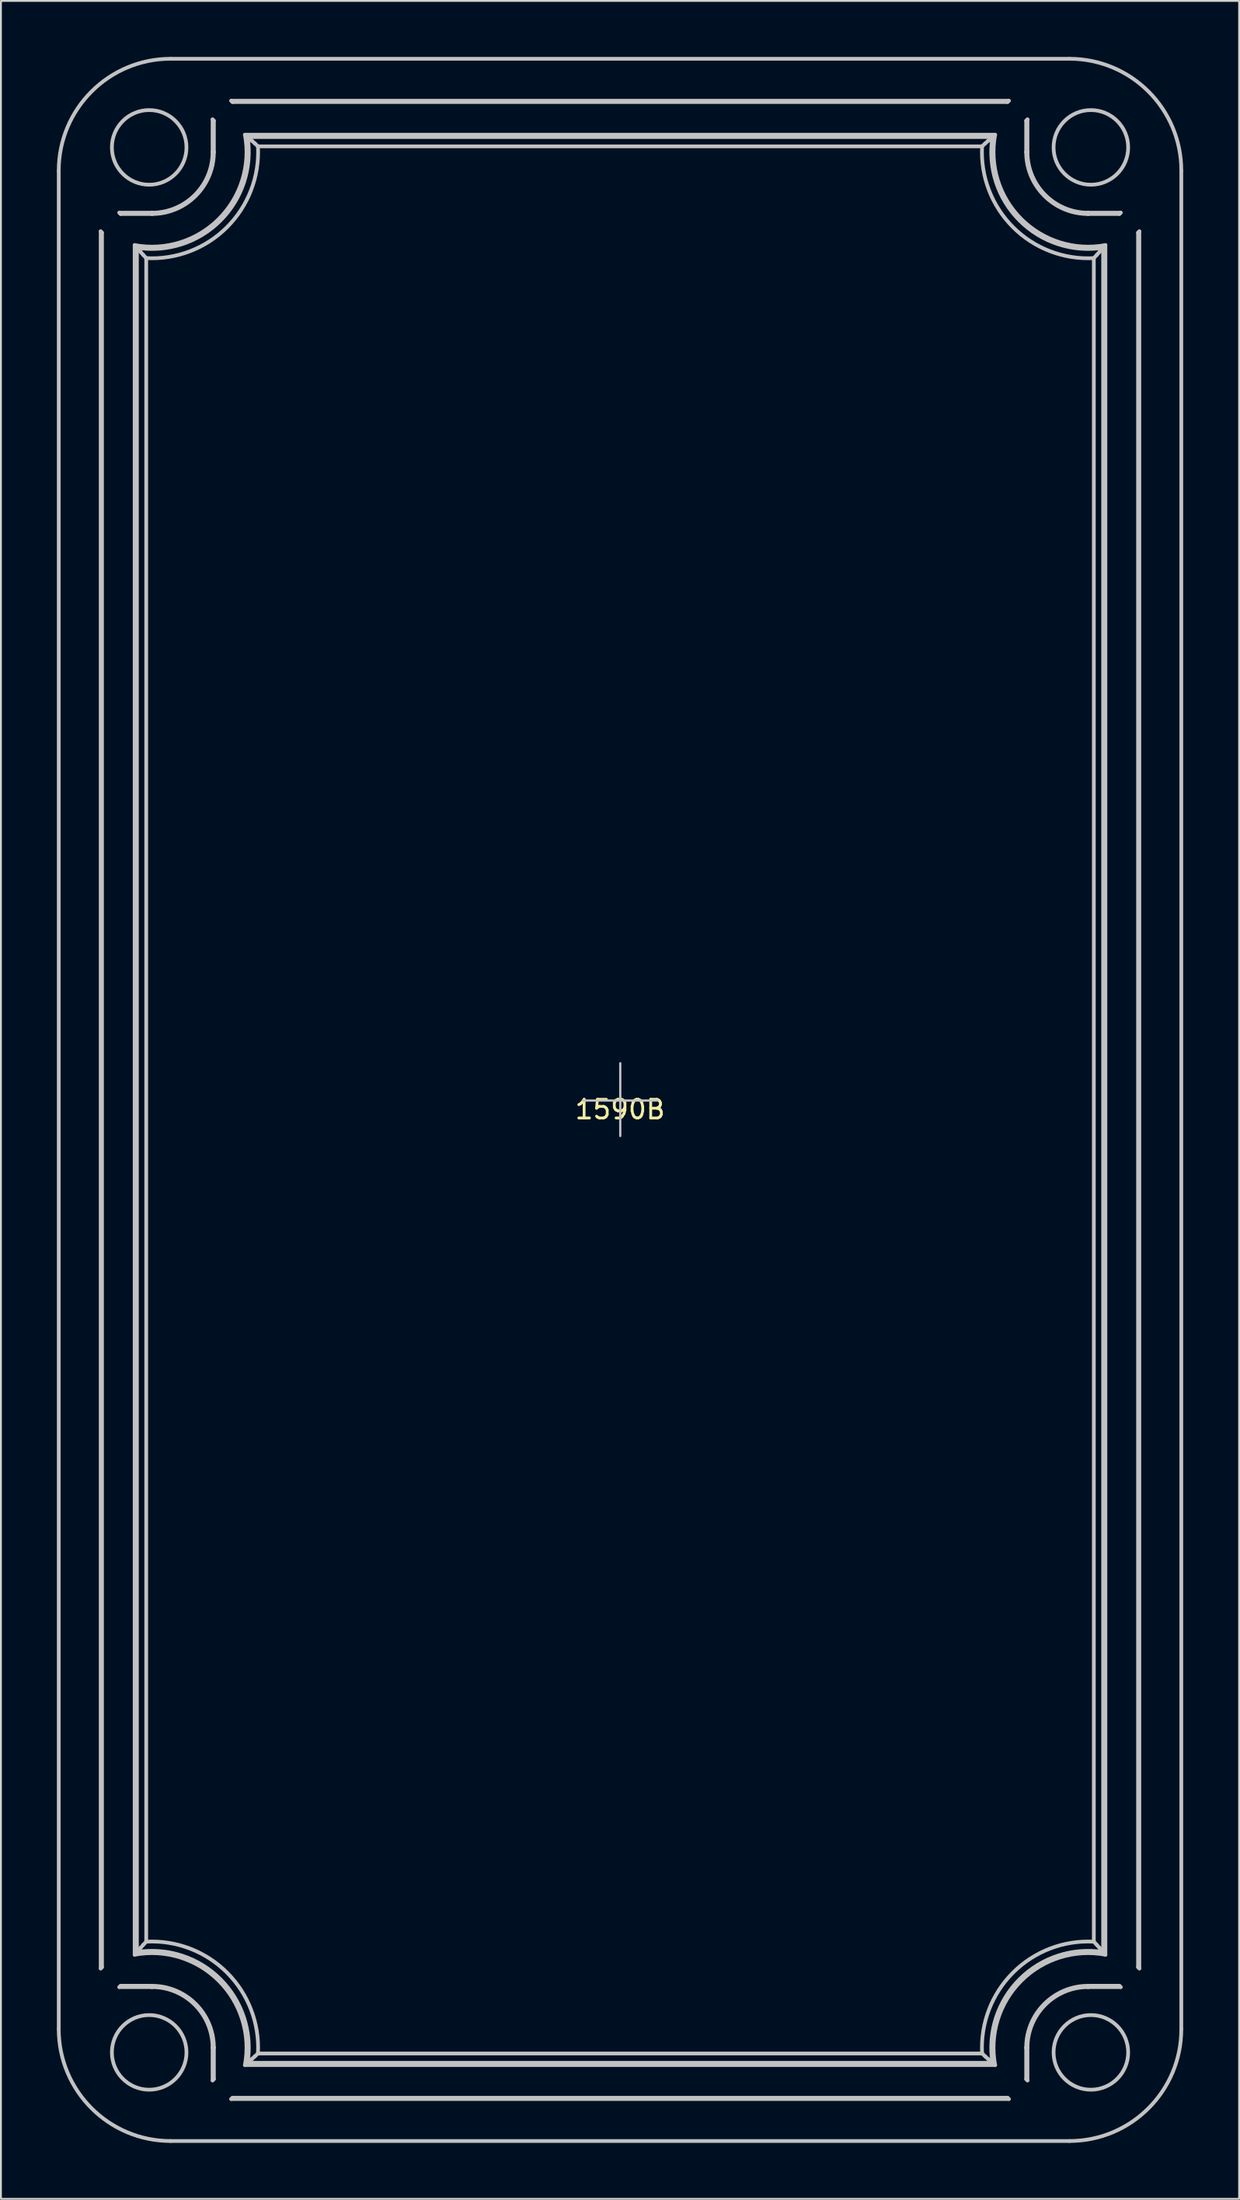
<source format=kicad_pcb>
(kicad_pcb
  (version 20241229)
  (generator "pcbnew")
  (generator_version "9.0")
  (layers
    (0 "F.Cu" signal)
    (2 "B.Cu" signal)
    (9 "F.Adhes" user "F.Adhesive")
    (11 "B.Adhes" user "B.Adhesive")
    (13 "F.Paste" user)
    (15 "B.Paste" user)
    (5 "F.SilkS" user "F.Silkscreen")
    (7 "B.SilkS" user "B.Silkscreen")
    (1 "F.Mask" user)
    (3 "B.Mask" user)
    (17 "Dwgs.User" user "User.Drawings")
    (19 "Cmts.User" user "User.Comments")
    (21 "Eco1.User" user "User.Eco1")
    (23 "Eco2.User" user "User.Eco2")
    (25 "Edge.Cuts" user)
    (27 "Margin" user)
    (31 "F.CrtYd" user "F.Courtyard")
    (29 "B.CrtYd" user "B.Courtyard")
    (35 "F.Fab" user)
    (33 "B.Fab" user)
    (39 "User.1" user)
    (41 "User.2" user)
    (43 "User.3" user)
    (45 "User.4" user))
  (footprint "1590B"
    (layer "F.Cu")
    (at 30.203 55.914)
    (property "Reference" "1590B" (at 0 0.5 0) (layer "F.SilkS") (effects (font (size 1 1) (thickness 0.15))))
    (attr through_hole)
    (fp_line (start -30.103 -49.814) (end -30.103 49.786) (stroke (width 0.2) (type solid)) (layer "Dwgs.User"))
    (fp_line (start -27.853 -46.564) (end -27.783 -46.495) (stroke (width 0.2) (type solid)) (layer "Dwgs.User"))
    (fp_line (start -27.853 46.537) (end -27.853 -46.564) (stroke (width 0.2) (type solid)) (layer "Dwgs.User"))
    (fp_line (start -27.783 46.467) (end -27.853 46.537) (stroke (width 0.2) (type solid)) (layer "Dwgs.User"))
    (fp_line (start -27.783 46.467) (end -27.783 -46.495) (stroke (width 0.2) (type solid)) (layer "Dwgs.User"))
    (fp_line (start -26.854 -47.564) (end -25.103 -47.564) (stroke (width 0.2) (type solid)) (layer "Dwgs.User"))
    (fp_line (start -26.854 47.536) (end -26.784 47.466) (stroke (width 0.2) (type solid)) (layer "Dwgs.User"))
    (fp_line (start -26.784 -47.494) (end -26.854 -47.564) (stroke (width 0.2) (type solid)) (layer "Dwgs.User"))
    (fp_line (start -26.784 -47.494) (end -25.103 -47.494) (stroke (width 0.2) (type solid)) (layer "Dwgs.User"))
    (fp_line (start -26.033 45.802) (end -26.033 -45.83) (stroke (width 0.2) (type solid)) (layer "Dwgs.User"))
    (fp_line (start -25.91 -45.684) (end -25.91 45.657) (stroke (width 0.2) (type solid)) (layer "Dwgs.User"))
    (fp_line (start -25.411 45.102) (end -25.411 -45.13) (stroke (width 0.2) (type solid)) (layer "Dwgs.User"))
    (fp_line (start -25.103 -47.564) (end -25.103 -47.494) (stroke (width 0.2) (type solid)) (layer "Dwgs.User"))
    (fp_line (start -25.103 47.466) (end -26.784 47.466) (stroke (width 0.2) (type solid)) (layer "Dwgs.User"))
    (fp_line (start -25.103 47.536) (end -26.854 47.536) (stroke (width 0.2) (type solid)) (layer "Dwgs.User"))
    (fp_line (start -25.103 47.536) (end -25.103 47.466) (stroke (width 0.2) (type solid)) (layer "Dwgs.User"))
    (fp_line (start -24.103 55.786) (end 24.097 55.786) (stroke (width 0.2) (type solid)) (layer "Dwgs.User"))
    (fp_line (start -21.853 -52.564) (end -21.783 -52.495) (stroke (width 0.2) (type solid)) (layer "Dwgs.User"))
    (fp_line (start -21.853 -50.814) (end -21.853 -52.564) (stroke (width 0.2) (type solid)) (layer "Dwgs.User"))
    (fp_line (start -21.853 -50.814) (end -21.783 -50.814) (stroke (width 0.2) (type solid)) (layer "Dwgs.User"))
    (fp_line (start -21.853 50.786) (end -21.783 50.786) (stroke (width 0.2) (type solid)) (layer "Dwgs.User"))
    (fp_line (start -21.853 52.537) (end -21.853 50.786) (stroke (width 0.2) (type solid)) (layer "Dwgs.User"))
    (fp_line (start -21.783 -50.814) (end -21.783 -52.495) (stroke (width 0.2) (type solid)) (layer "Dwgs.User"))
    (fp_line (start -21.783 52.467) (end -21.853 52.537) (stroke (width 0.2) (type solid)) (layer "Dwgs.User"))
    (fp_line (start -21.783 52.467) (end -21.783 50.786) (stroke (width 0.2) (type solid)) (layer "Dwgs.User"))
    (fp_line (start -20.854 -53.564) (end 20.848 -53.564) (stroke (width 0.2) (type solid)) (layer "Dwgs.User"))
    (fp_line (start -20.854 53.536) (end -20.784 53.466) (stroke (width 0.2) (type solid)) (layer "Dwgs.User"))
    (fp_line (start -20.784 -53.494) (end -20.854 -53.564) (stroke (width 0.2) (type solid)) (layer "Dwgs.User"))
    (fp_line (start -20.784 -53.494) (end 20.778 -53.494) (stroke (width 0.2) (type solid)) (layer "Dwgs.User"))
    (fp_line (start -20.119 -51.744) (end 20.113 -51.744) (stroke (width 0.2) (type solid)) (layer "Dwgs.User"))
    (fp_line (start -19.974 51.594) (end 19.967 51.594) (stroke (width 0.2) (type solid)) (layer "Dwgs.User"))
    (fp_line (start -19.419 -51.121) (end 19.413 -51.121) (stroke (width 0.2) (type solid)) (layer "Dwgs.User"))
    (fp_line (start 0.01 0.02) (end -1.99 0.02) (stroke (width 0.12) (type solid)) (layer "Dwgs.User"))
    (fp_line (start 0.01 0.02) (end 0.01 -1.98) (stroke (width 0.12) (type solid)) (layer "Dwgs.User"))
    (fp_line (start 0.01 0.02) (end 0.01 1.92) (stroke (width 0.12) (type solid)) (layer "Dwgs.User"))
    (fp_line (start 0.01 0.02) (end 2.01 0.02) (stroke (width 0.12) (type solid)) (layer "Dwgs.User"))
    (fp_line (start 19.413 51.094) (end -19.419 51.094) (stroke (width 0.2) (type solid)) (layer "Dwgs.User"))
    (fp_line (start 19.967 -51.621) (end -19.974 -51.621) (stroke (width 0.2) (type solid)) (layer "Dwgs.User"))
    (fp_line (start 20.113 51.716) (end -20.119 51.716) (stroke (width 0.2) (type solid)) (layer "Dwgs.User"))
    (fp_line (start 20.778 53.466) (end -20.784 53.466) (stroke (width 0.2) (type solid)) (layer "Dwgs.User"))
    (fp_line (start 20.778 53.466) (end 20.848 53.536) (stroke (width 0.2) (type solid)) (layer "Dwgs.User"))
    (fp_line (start 20.848 -53.564) (end 20.778 -53.494) (stroke (width 0.2) (type solid)) (layer "Dwgs.User"))
    (fp_line (start 20.848 53.536) (end -20.854 53.536) (stroke (width 0.2) (type solid)) (layer "Dwgs.User"))
    (fp_line (start 21.777 -52.495) (end 21.777 -50.814) (stroke (width 0.2) (type solid)) (layer "Dwgs.User"))
    (fp_line (start 21.777 -52.495) (end 21.847 -52.564) (stroke (width 0.2) (type solid)) (layer "Dwgs.User"))
    (fp_line (start 21.777 50.786) (end 21.777 52.467) (stroke (width 0.2) (type solid)) (layer "Dwgs.User"))
    (fp_line (start 21.847 -52.564) (end 21.847 -50.814) (stroke (width 0.2) (type solid)) (layer "Dwgs.User"))
    (fp_line (start 21.847 -50.814) (end 21.777 -50.814) (stroke (width 0.2) (type solid)) (layer "Dwgs.User"))
    (fp_line (start 21.847 50.786) (end 21.777 50.786) (stroke (width 0.2) (type solid)) (layer "Dwgs.User"))
    (fp_line (start 21.847 50.786) (end 21.847 52.537) (stroke (width 0.2) (type solid)) (layer "Dwgs.User"))
    (fp_line (start 21.847 52.537) (end 21.777 52.467) (stroke (width 0.2) (type solid)) (layer "Dwgs.User"))
    (fp_line (start 24.097 -55.814) (end -24.103 -55.814) (stroke (width 0.2) (type solid)) (layer "Dwgs.User"))
    (fp_line (start 25.097 -47.564) (end 25.097 -47.494) (stroke (width 0.2) (type solid)) (layer "Dwgs.User"))
    (fp_line (start 25.097 -47.564) (end 26.848 -47.564) (stroke (width 0.2) (type solid)) (layer "Dwgs.User"))
    (fp_line (start 25.097 -47.494) (end 26.778 -47.494) (stroke (width 0.2) (type solid)) (layer "Dwgs.User"))
    (fp_line (start 25.097 47.536) (end 25.097 47.466) (stroke (width 0.2) (type solid)) (layer "Dwgs.User"))
    (fp_line (start 25.405 -45.13) (end 25.405 45.102) (stroke (width 0.2) (type solid)) (layer "Dwgs.User"))
    (fp_line (start 25.904 45.657) (end 25.904 -45.684) (stroke (width 0.2) (type solid)) (layer "Dwgs.User"))
    (fp_line (start 26.027 -45.83) (end 26.027 45.802) (stroke (width 0.2) (type solid)) (layer "Dwgs.User"))
    (fp_line (start 26.778 47.466) (end 25.097 47.466) (stroke (width 0.2) (type solid)) (layer "Dwgs.User"))
    (fp_line (start 26.778 47.466) (end 26.848 47.536) (stroke (width 0.2) (type solid)) (layer "Dwgs.User"))
    (fp_line (start 26.848 -47.564) (end 26.778 -47.494) (stroke (width 0.2) (type solid)) (layer "Dwgs.User"))
    (fp_line (start 26.848 47.536) (end 25.097 47.536) (stroke (width 0.2) (type solid)) (layer "Dwgs.User"))
    (fp_line (start 27.777 -46.495) (end 27.777 46.467) (stroke (width 0.2) (type solid)) (layer "Dwgs.User"))
    (fp_line (start 27.777 -46.495) (end 27.847 -46.564) (stroke (width 0.2) (type solid)) (layer "Dwgs.User"))
    (fp_line (start 27.847 -46.564) (end 27.847 46.537) (stroke (width 0.2) (type solid)) (layer "Dwgs.User"))
    (fp_line (start 27.847 46.537) (end 27.777 46.467) (stroke (width 0.2) (type solid)) (layer "Dwgs.User"))
    (fp_line (start 30.097 49.786) (end 30.097 -49.814) (stroke (width 0.2) (type solid)) (layer "Dwgs.User"))
    (fp_arc (start -30.103048 -49.81379) (mid -28.345689 -54.056431) (end -24.103048 -55.81379) (stroke (width 0.2) (type solid)) (layer "Dwgs.User"))
    (fp_arc (start -26.033207 45.802427) (mid -21.518129 47.201291) (end -20.119265 51.716368) (stroke (width 0.2) (type solid)) (layer "Dwgs.User"))
    (fp_arc (start -25.910375 45.65668) (mid -21.431274 47.114435) (end -19.973518 51.593536) (stroke (width 0.2) (type solid)) (layer "Dwgs.User"))
    (fp_arc (start -25.410679 45.10216) (mid -21.077936 46.761098) (end -19.418998 51.093841) (stroke (width 0.2) (type solid)) (layer "Dwgs.User"))
    (fp_arc (start -25.103048 47.466369) (mid -22.755566 48.438728) (end -21.783207 50.78621) (stroke (width 0.2) (type solid)) (layer "Dwgs.User"))
    (fp_arc (start -25.103048 47.53621) (mid -22.804951 48.488113) (end -21.853048 50.78621) (stroke (width 0.2) (type solid)) (layer "Dwgs.User"))
    (fp_arc (start -24.103048 55.78621) (mid -28.345689 54.028851) (end -30.103048 49.78621) (stroke (width 0.2) (type solid)) (layer "Dwgs.User"))
    (fp_arc (start -21.853048 -50.81379) (mid -22.804951 -48.515693) (end -25.103048 -47.56379) (stroke (width 0.2) (type solid)) (layer "Dwgs.User"))
    (fp_arc (start -21.783207 -50.81379) (mid -22.755566 -48.466308) (end -25.103048 -47.493949) (stroke (width 0.2) (type solid)) (layer "Dwgs.User"))
    (fp_arc (start -20.119265 -51.743948) (mid -21.518129 -47.228871) (end -26.033207 -45.830007) (stroke (width 0.2) (type solid)) (layer "Dwgs.User"))
    (fp_arc (start -19.973518 -51.621116) (mid -21.431274 -47.142015) (end -25.910375 -45.68426) (stroke (width 0.2) (type solid)) (layer "Dwgs.User"))
    (fp_arc (start -19.418998 -51.121421) (mid -21.077936 -46.788678) (end -25.410679 -45.12974) (stroke (width 0.2) (type solid)) (layer "Dwgs.User"))
    (fp_arc (start 19.412902 51.093841) (mid 21.07184 46.761098) (end 25.404583 45.10216) (stroke (width 0.2) (type solid)) (layer "Dwgs.User"))
    (fp_arc (start 19.967421 51.593537) (mid 21.425177 47.114435) (end 25.904278 45.656679) (stroke (width 0.2) (type solid)) (layer "Dwgs.User"))
    (fp_arc (start 20.113168 51.716369) (mid 21.512032 47.201291) (end 26.02711 45.802426) (stroke (width 0.2) (type solid)) (layer "Dwgs.User"))
    (fp_arc (start 21.77711 50.78621) (mid 22.749469 48.438727) (end 25.096952 47.466368) (stroke (width 0.2) (type solid)) (layer "Dwgs.User"))
    (fp_arc (start 21.846952 50.78621) (mid 22.798855 48.488113) (end 25.096952 47.53621) (stroke (width 0.2) (type solid)) (layer "Dwgs.User"))
    (fp_arc (start 24.096952 -55.81379) (mid 28.339593 -54.056431) (end 30.096952 -49.81379) (stroke (width 0.2) (type solid)) (layer "Dwgs.User"))
    (fp_arc (start 25.096952 -47.56379) (mid 22.798855 -48.515693) (end 21.846952 -50.81379) (stroke (width 0.2) (type solid)) (layer "Dwgs.User"))
    (fp_arc (start 25.096952 -47.493948) (mid 22.749469 -48.466307) (end 21.77711 -50.81379) (stroke (width 0.2) (type solid)) (layer "Dwgs.User"))
    (fp_arc (start 25.404583 -45.129739) (mid 21.071839 -46.788677) (end 19.412901 -51.121421) (stroke (width 0.2) (type solid)) (layer "Dwgs.User"))
    (fp_arc (start 25.904278 -45.684259) (mid 21.425177 -47.142015) (end 19.967421 -51.621117) (stroke (width 0.2) (type solid)) (layer "Dwgs.User"))
    (fp_arc (start 26.02711 -45.830006) (mid 21.512032 -47.228871) (end 20.113168 -51.743949) (stroke (width 0.2) (type solid)) (layer "Dwgs.User"))
    (fp_arc (start 30.096952 49.78621) (mid 28.339593 54.028851) (end 24.096952 55.78621) (stroke (width 0.2) (type solid)) (layer "Dwgs.User"))
    (fp_circle (center -25.253 -51.064) (end -23.253 -51.064) (stroke (width 0.2) (type solid)) (fill no) (layer "Dwgs.User"))
    (fp_circle (center -25.253 51.036) (end -23.253 51.036) (stroke (width 0.2) (type solid)) (fill no) (layer "Dwgs.User"))
    (fp_circle (center 25.247 -51.064) (end 27.247 -51.064) (stroke (width 0.2) (type solid)) (fill no) (layer "Dwgs.User"))
    (fp_circle (center 25.247 51.036) (end 27.247 51.036) (stroke (width 0.2) (type solid)) (fill no) (layer "Dwgs.User"))
    (fp_curve (pts (xy -25.89 -45.661) (xy -25.902 -45.674) (xy -25.909 -45.682) (xy -25.91 -45.684)) (stroke (width 0.2) (type solid)) (layer "Dwgs.User"))
    (fp_curve (pts (xy -25.89 45.633) (xy -25.902 45.647) (xy -25.909 45.655) (xy -25.91 45.657)) (stroke (width 0.2) (type solid)) (layer "Dwgs.User"))
    (fp_curve (pts (xy -25.831 -45.593) (xy -25.855 -45.62) (xy -25.876 -45.644) (xy -25.89 -45.661)) (stroke (width 0.2) (type solid)) (layer "Dwgs.User"))
    (fp_curve (pts (xy -25.831 45.565) (xy -25.855 45.593) (xy -25.876 45.616) (xy -25.89 45.633)) (stroke (width 0.2) (type solid)) (layer "Dwgs.User"))
    (fp_curve (pts (xy -25.709 -45.454) (xy -25.754 -45.505) (xy -25.797 -45.553) (xy -25.831 -45.593)) (stroke (width 0.2) (type solid)) (layer "Dwgs.User"))
    (fp_curve (pts (xy -25.709 45.427) (xy -25.754 45.477) (xy -25.797 45.525) (xy -25.831 45.565)) (stroke (width 0.2) (type solid)) (layer "Dwgs.User"))
    (fp_curve (pts (xy -25.569 -45.3) (xy -25.618 -45.353) (xy -25.666 -45.405) (xy -25.709 -45.454)) (stroke (width 0.2) (type solid)) (layer "Dwgs.User"))
    (fp_curve (pts (xy -25.569 45.272) (xy -25.618 45.325) (xy -25.666 45.378) (xy -25.709 45.427)) (stroke (width 0.2) (type solid)) (layer "Dwgs.User"))
    (fp_curve (pts (xy -25.414 -45.133) (xy -25.466 -45.189) (xy -25.519 -45.245) (xy -25.569 -45.3)) (stroke (width 0.2) (type solid)) (layer "Dwgs.User"))
    (fp_curve (pts (xy -25.414 45.105) (xy -25.466 45.161) (xy -25.519 45.217) (xy -25.569 45.272)) (stroke (width 0.2) (type solid)) (layer "Dwgs.User"))
    (fp_curve (pts (xy -25.411 -45.13) (xy -25.412 -45.131) (xy -25.413 -45.132) (xy -25.414 -45.133)) (stroke (width 0.2) (type solid)) (layer "Dwgs.User"))
    (fp_curve (pts (xy -25.411 45.102) (xy -25.412 45.103) (xy -25.413 45.104) (xy -25.414 45.105)) (stroke (width 0.2) (type solid)) (layer "Dwgs.User"))
    (fp_curve (pts (xy -19.95 -51.601) (xy -19.963 -51.613) (xy -19.972 -51.62) (xy -19.974 -51.621)) (stroke (width 0.2) (type solid)) (layer "Dwgs.User"))
    (fp_curve (pts (xy -19.95 51.573) (xy -19.963 51.585) (xy -19.972 51.592) (xy -19.974 51.594)) (stroke (width 0.2) (type solid)) (layer "Dwgs.User"))
    (fp_curve (pts (xy -19.882 -51.542) (xy -19.91 -51.566) (xy -19.933 -51.587) (xy -19.95 -51.601)) (stroke (width 0.2) (type solid)) (layer "Dwgs.User"))
    (fp_curve (pts (xy -19.882 51.514) (xy -19.91 51.539) (xy -19.933 51.559) (xy -19.95 51.573)) (stroke (width 0.2) (type solid)) (layer "Dwgs.User"))
    (fp_curve (pts (xy -19.744 -51.42) (xy -19.794 -51.465) (xy -19.842 -51.508) (xy -19.882 -51.542)) (stroke (width 0.2) (type solid)) (layer "Dwgs.User"))
    (fp_curve (pts (xy -19.744 51.392) (xy -19.794 51.438) (xy -19.842 51.48) (xy -19.882 51.514)) (stroke (width 0.2) (type solid)) (layer "Dwgs.User"))
    (fp_curve (pts (xy -19.589 -51.28) (xy -19.642 -51.329) (xy -19.694 -51.376) (xy -19.744 -51.42)) (stroke (width 0.2) (type solid)) (layer "Dwgs.User"))
    (fp_curve (pts (xy -19.589 51.253) (xy -19.642 51.301) (xy -19.694 51.349) (xy -19.744 51.392)) (stroke (width 0.2) (type solid)) (layer "Dwgs.User"))
    (fp_curve (pts (xy -19.422 -51.125) (xy -19.478 -51.177) (xy -19.534 -51.23) (xy -19.589 -51.28)) (stroke (width 0.2) (type solid)) (layer "Dwgs.User"))
    (fp_curve (pts (xy -19.422 51.097) (xy -19.478 51.15) (xy -19.534 51.202) (xy -19.589 51.253)) (stroke (width 0.2) (type solid)) (layer "Dwgs.User"))
    (fp_curve (pts (xy -19.419 -51.121) (xy -19.42 -51.122) (xy -19.421 -51.124) (xy -19.422 -51.125)) (stroke (width 0.2) (type solid)) (layer "Dwgs.User"))
    (fp_curve (pts (xy -19.419 51.094) (xy -19.42 51.095) (xy -19.421 51.096) (xy -19.422 51.097)) (stroke (width 0.2) (type solid)) (layer "Dwgs.User"))
    (fp_curve (pts (xy 19.413 -51.121) (xy 19.414 -51.122) (xy 19.415 -51.124) (xy 19.416 -51.125)) (stroke (width 0.2) (type solid)) (layer "Dwgs.User"))
    (fp_curve (pts (xy 19.413 51.094) (xy 19.414 51.095) (xy 19.415 51.096) (xy 19.416 51.097)) (stroke (width 0.2) (type solid)) (layer "Dwgs.User"))
    (fp_curve (pts (xy 19.416 -51.125) (xy 19.472 -51.177) (xy 19.528 -51.23) (xy 19.583 -51.28)) (stroke (width 0.2) (type solid)) (layer "Dwgs.User"))
    (fp_curve (pts (xy 19.416 51.097) (xy 19.472 51.15) (xy 19.528 51.202) (xy 19.583 51.253)) (stroke (width 0.2) (type solid)) (layer "Dwgs.User"))
    (fp_curve (pts (xy 19.583 -51.28) (xy 19.636 -51.329) (xy 19.688 -51.376) (xy 19.737 -51.42)) (stroke (width 0.2) (type solid)) (layer "Dwgs.User"))
    (fp_curve (pts (xy 19.583 51.253) (xy 19.636 51.301) (xy 19.688 51.349) (xy 19.737 51.392)) (stroke (width 0.2) (type solid)) (layer "Dwgs.User"))
    (fp_curve (pts (xy 19.737 -51.42) (xy 19.788 -51.465) (xy 19.836 -51.508) (xy 19.876 -51.542)) (stroke (width 0.2) (type solid)) (layer "Dwgs.User"))
    (fp_curve (pts (xy 19.737 51.392) (xy 19.788 51.438) (xy 19.836 51.48) (xy 19.876 51.514)) (stroke (width 0.2) (type solid)) (layer "Dwgs.User"))
    (fp_curve (pts (xy 19.876 -51.542) (xy 19.903 -51.566) (xy 19.927 -51.587) (xy 19.944 -51.601)) (stroke (width 0.2) (type solid)) (layer "Dwgs.User"))
    (fp_curve (pts (xy 19.876 51.514) (xy 19.903 51.539) (xy 19.927 51.559) (xy 19.944 51.573)) (stroke (width 0.2) (type solid)) (layer "Dwgs.User"))
    (fp_curve (pts (xy 19.944 -51.601) (xy 19.957 -51.613) (xy 19.966 -51.62) (xy 19.967 -51.621)) (stroke (width 0.2) (type solid)) (layer "Dwgs.User"))
    (fp_curve (pts (xy 19.944 51.573) (xy 19.957 51.585) (xy 19.966 51.592) (xy 19.967 51.594)) (stroke (width 0.2) (type solid)) (layer "Dwgs.User"))
    (fp_curve (pts (xy 25.405 -45.13) (xy 25.406 -45.131) (xy 25.407 -45.132) (xy 25.408 -45.133)) (stroke (width 0.2) (type solid)) (layer "Dwgs.User"))
    (fp_curve (pts (xy 25.405 45.102) (xy 25.406 45.103) (xy 25.407 45.104) (xy 25.408 45.105)) (stroke (width 0.2) (type solid)) (layer "Dwgs.User"))
    (fp_curve (pts (xy 25.408 -45.133) (xy 25.46 -45.189) (xy 25.513 -45.245) (xy 25.563 -45.3)) (stroke (width 0.2) (type solid)) (layer "Dwgs.User"))
    (fp_curve (pts (xy 25.408 45.105) (xy 25.46 45.161) (xy 25.513 45.217) (xy 25.563 45.272)) (stroke (width 0.2) (type solid)) (layer "Dwgs.User"))
    (fp_curve (pts (xy 25.563 -45.3) (xy 25.612 -45.353) (xy 25.659 -45.405) (xy 25.703 -45.454)) (stroke (width 0.2) (type solid)) (layer "Dwgs.User"))
    (fp_curve (pts (xy 25.563 45.272) (xy 25.612 45.325) (xy 25.659 45.378) (xy 25.703 45.427)) (stroke (width 0.2) (type solid)) (layer "Dwgs.User"))
    (fp_curve (pts (xy 25.703 -45.454) (xy 25.748 -45.505) (xy 25.791 -45.553) (xy 25.825 -45.593)) (stroke (width 0.2) (type solid)) (layer "Dwgs.User"))
    (fp_curve (pts (xy 25.703 45.427) (xy 25.748 45.477) (xy 25.791 45.525) (xy 25.825 45.565)) (stroke (width 0.2) (type solid)) (layer "Dwgs.User"))
    (fp_curve (pts (xy 25.825 -45.593) (xy 25.849 -45.62) (xy 25.87 -45.644) (xy 25.884 -45.661)) (stroke (width 0.2) (type solid)) (layer "Dwgs.User"))
    (fp_curve (pts (xy 25.825 45.565) (xy 25.849 45.593) (xy 25.87 45.616) (xy 25.884 45.633)) (stroke (width 0.2) (type solid)) (layer "Dwgs.User"))
    (fp_curve (pts (xy 25.884 -45.661) (xy 25.896 -45.674) (xy 25.903 -45.682) (xy 25.904 -45.684)) (stroke (width 0.2) (type solid)) (layer "Dwgs.User"))
    (fp_curve (pts (xy 25.884 45.633) (xy 25.896 45.647) (xy 25.903 45.655) (xy 25.904 45.657)) (stroke (width 0.2) (type solid)) (layer "Dwgs.User")))
  (gr_rect
    (start -3 -3)
    (end 63.4 114.8)
    (stroke (width 0.1) (type default))
    (fill no)
    (layer "Edge.Cuts")))
</source>
